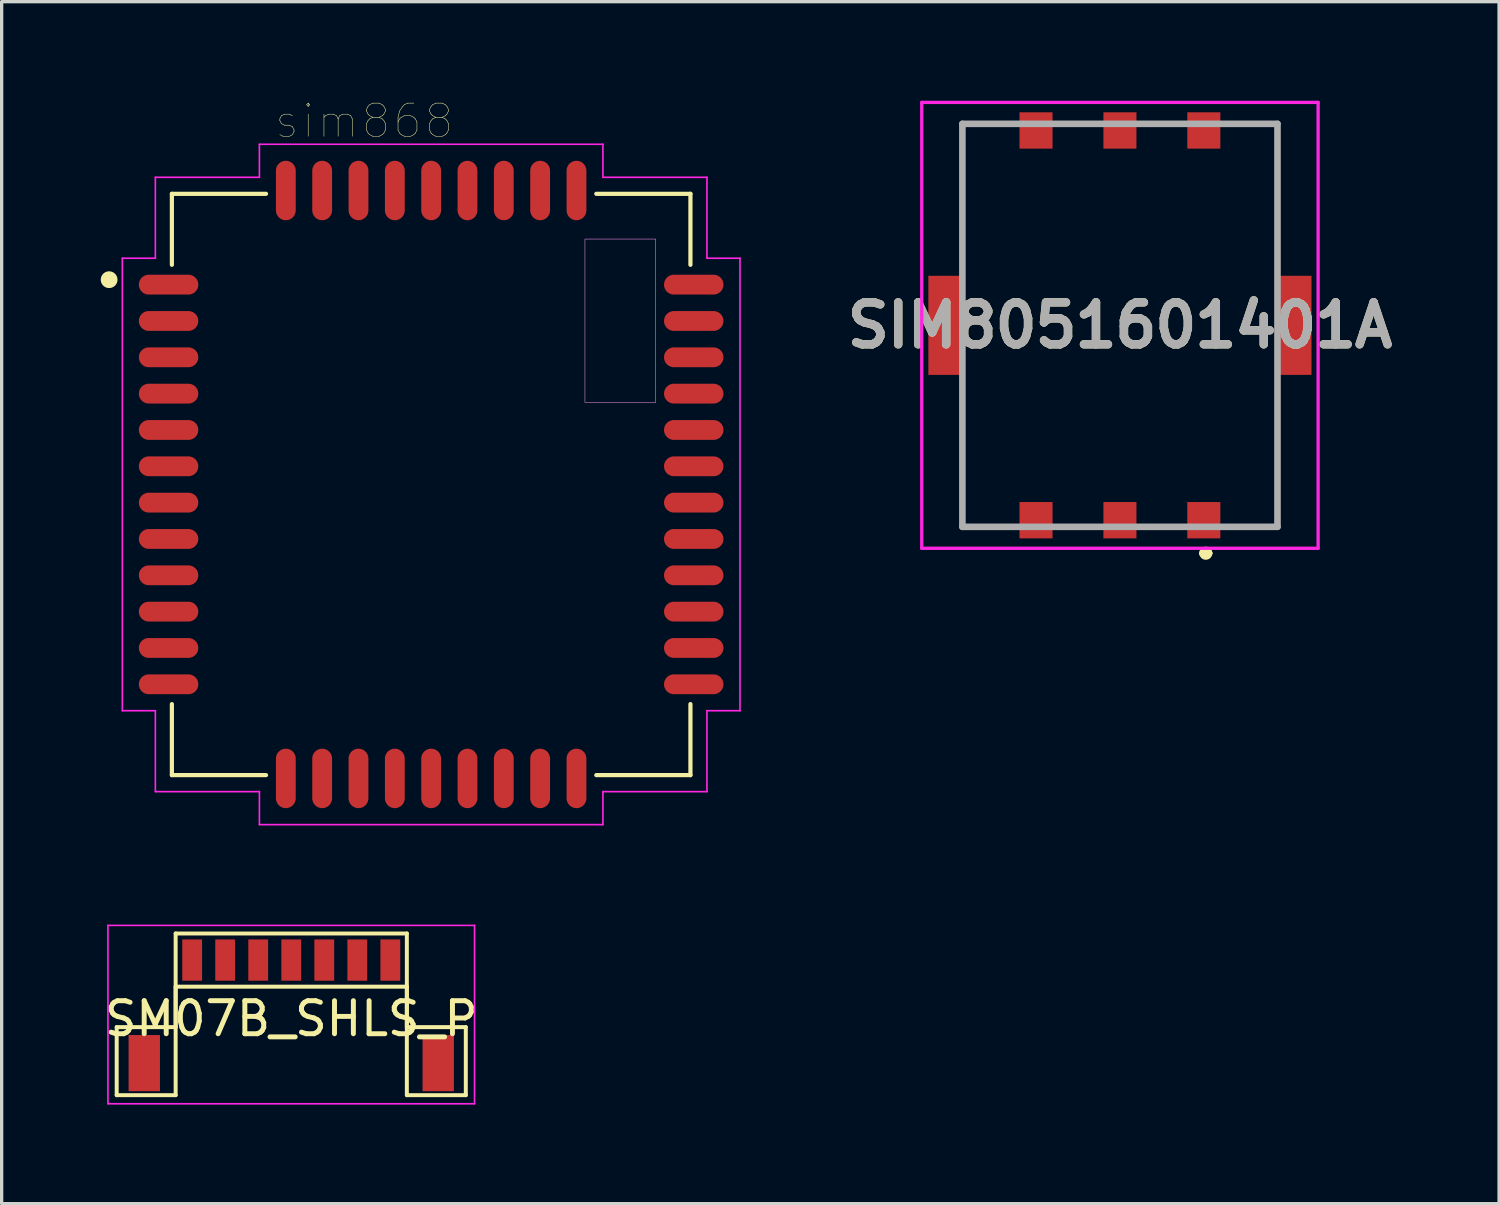
<source format=kicad_pcb>
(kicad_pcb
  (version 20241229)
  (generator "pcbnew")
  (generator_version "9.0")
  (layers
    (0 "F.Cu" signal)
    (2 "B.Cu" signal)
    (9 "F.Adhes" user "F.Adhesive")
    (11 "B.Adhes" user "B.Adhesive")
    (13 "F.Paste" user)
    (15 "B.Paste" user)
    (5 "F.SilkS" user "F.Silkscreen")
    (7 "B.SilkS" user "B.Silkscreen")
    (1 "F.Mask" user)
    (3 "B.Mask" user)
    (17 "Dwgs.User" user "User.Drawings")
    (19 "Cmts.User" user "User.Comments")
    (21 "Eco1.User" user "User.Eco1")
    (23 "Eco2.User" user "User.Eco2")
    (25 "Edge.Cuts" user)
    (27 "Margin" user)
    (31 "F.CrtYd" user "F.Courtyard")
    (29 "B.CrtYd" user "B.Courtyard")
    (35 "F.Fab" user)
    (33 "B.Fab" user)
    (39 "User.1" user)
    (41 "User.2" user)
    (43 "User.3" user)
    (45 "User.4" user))
  (footprint "SIM8051601401A"
    (layer "F.Cu")
    (at 30.858 6.8)
    (property "Reference" "SIM8051601401A" (at 0 0 0) (layer "F.SilkS") (effects (font (size 1.27 1.27) (thickness 0.254))))
    (attr through_hole)
    (fp_line (start -4.77 -6.1) (end -3.5 -6.1) (stroke (width 0.1) (type solid)) (layer "F.SilkS"))
    (fp_line (start -4.77 -2) (end -4.77 -6.1) (stroke (width 0.1) (type solid)) (layer "F.SilkS"))
    (fp_line (start -4.77 6.1) (end -4.77 5.5) (stroke (width 0.1) (type solid)) (layer "F.SilkS"))
    (fp_line (start -3.5 6.1) (end -4.77 6.1) (stroke (width 0.1) (type solid)) (layer "F.SilkS"))
    (fp_line (start 2.5 6.9) (end 2.5 6.9) (stroke (width 0.2) (type solid)) (layer "F.SilkS"))
    (fp_line (start 2.7 6.9) (end 2.7 6.9) (stroke (width 0.2) (type solid)) (layer "F.SilkS"))
    (fp_line (start 4.77 -6.1) (end 3.5 -6.1) (stroke (width 0.1) (type solid)) (layer "F.SilkS"))
    (fp_line (start 4.77 -5.5) (end 4.77 -6.1) (stroke (width 0.1) (type solid)) (layer "F.SilkS"))
    (fp_line (start 4.77 2) (end 4.77 6.1) (stroke (width 0.1) (type solid)) (layer "F.SilkS"))
    (fp_line (start 4.77 6.1) (end 3.5 6.1) (stroke (width 0.1) (type solid)) (layer "F.SilkS"))
    (fp_arc (start 2.5 6.9) (mid 2.6 6.8) (end 2.7 6.9) (stroke (width 0.2) (type solid)) (layer "F.SilkS"))
    (fp_arc (start 2.7 6.9) (mid 2.6 7) (end 2.5 6.9) (stroke (width 0.2) (type solid)) (layer "F.SilkS"))
    (fp_line (start -6 -6.75) (end 6 -6.75) (stroke (width 0.1) (type solid)) (layer "F.CrtYd"))
    (fp_line (start -6 6.75) (end -6 -6.75) (stroke (width 0.1) (type solid)) (layer "F.CrtYd"))
    (fp_line (start 6 -6.75) (end 6 6.75) (stroke (width 0.1) (type solid)) (layer "F.CrtYd"))
    (fp_line (start 6 6.75) (end -6 6.75) (stroke (width 0.1) (type solid)) (layer "F.CrtYd"))
    (fp_line (start -4.77 -6.1) (end 4.77 -6.1) (stroke (width 0.2) (type solid)) (layer "F.Fab"))
    (fp_line (start -4.77 6.1) (end -4.77 -6.1) (stroke (width 0.2) (type solid)) (layer "F.Fab"))
    (fp_line (start 4.77 -6.1) (end 4.77 6.1) (stroke (width 0.2) (type solid)) (layer "F.Fab"))
    (fp_line (start 4.77 6.1) (end -4.77 6.1) (stroke (width 0.2) (type solid)) (layer "F.Fab"))
    (fp_text user "${REFERENCE}" (at 0 0 0) (layer "F.Fab") (effects (font (size 1.27 1.27) (thickness 0.254))))
    (pad "1" smd rect (at 2.54 5.9) (size 1 1.1) (layers "F.Cu" "F.Mask" "F.Paste"))
    (pad "2" smd rect (at 0 5.9) (size 1 1.1) (layers "F.Cu" "F.Mask" "F.Paste"))
    (pad "3" smd rect (at -2.54 5.9) (size 1 1.1) (layers "F.Cu" "F.Mask" "F.Paste"))
    (pad "5" smd rect (at 2.54 -5.9) (size 1 1.1) (layers "F.Cu" "F.Mask" "F.Paste"))
    (pad "6" smd rect (at 0 -5.9) (size 1 1.1) (layers "F.Cu" "F.Mask" "F.Paste"))
    (pad "7" smd rect (at -2.54 -5.9) (size 1 1.1) (layers "F.Cu" "F.Mask" "F.Paste"))
    (pad "8" smd rect (at -5.3 0) (size 1 3) (layers "F.Cu" "F.Mask" "F.Paste"))
    (pad "8" smd rect (at 5.3 0) (size 1 3) (layers "F.Cu" "F.Mask" "F.Paste")))
  (footprint "SM07B_SHLS_P"
    (layer "F.Cu")
    (at 5.768 26.018)
    (property "Reference" "SM07B_SHLS_P" (at 0 1.775 0) (layer "F.SilkS") (effects (font (size 1 1) (thickness 0.15))))
    (attr smd)
    (fp_line (start -5.285 2.03) (end -3.5 2.03) (stroke (width 0.12) (type solid)) (layer "F.SilkS"))
    (fp_line (start -5.285 4.09) (end -5.285 2.03) (stroke (width 0.12) (type solid)) (layer "F.SilkS"))
    (fp_line (start -3.5 -0.805) (end 3.5 -0.805) (stroke (width 0.12) (type solid)) (layer "F.SilkS"))
    (fp_line (start -3.5 0.805) (end -3.5 4.09) (stroke (width 0.12) (type solid)) (layer "F.SilkS"))
    (fp_line (start -3.5 0.805) (end 3.5 0.805) (stroke (width 0.12) (type solid)) (layer "F.SilkS"))
    (fp_line (start -3.5 2.03) (end -3.5 -0.805) (stroke (width 0.12) (type solid)) (layer "F.SilkS"))
    (fp_line (start -3.5 4.09) (end -5.285 4.09) (stroke (width 0.12) (type solid)) (layer "F.SilkS"))
    (fp_line (start 3.5 0.805) (end 3.5 4.09) (stroke (width 0.12) (type solid)) (layer "F.SilkS"))
    (fp_line (start 3.5 2.03) (end 3.5 -0.805) (stroke (width 0.12) (type solid)) (layer "F.SilkS"))
    (fp_line (start 3.5 4.09) (end 5.285 4.09) (stroke (width 0.12) (type solid)) (layer "F.SilkS"))
    (fp_line (start 5.285 2.03) (end 3.5 2.03) (stroke (width 0.12) (type solid)) (layer "F.SilkS"))
    (fp_line (start 5.285 4.09) (end 5.285 2.03) (stroke (width 0.12) (type solid)) (layer "F.SilkS"))
    (fp_line (start -5.55 -1.05) (end -5.55 4.35) (stroke (width 0.05) (type solid)) (layer "F.CrtYd"))
    (fp_line (start -5.55 -1.05) (end 5.55 -1.05) (stroke (width 0.05) (type solid)) (layer "F.CrtYd"))
    (fp_line (start -5.55 4.35) (end 5.55 4.35) (stroke (width 0.05) (type solid)) (layer "F.CrtYd"))
    (fp_line (start 5.55 -1.05) (end 5.55 4.35) (stroke (width 0.05) (type solid)) (layer "F.CrtYd"))
    (pad "1" smd rect (at -3 0) (size 0.6 1.25) (layers "F.Cu" "F.Mask" "F.Paste"))
    (pad "2" smd rect (at -2 0) (size 0.6 1.25) (layers "F.Cu" "F.Mask" "F.Paste"))
    (pad "3" smd rect (at -1 0) (size 0.6 1.25) (layers "F.Cu" "F.Mask" "F.Paste"))
    (pad "4" smd rect (at 0 0) (size 0.6 1.25) (layers "F.Cu" "F.Mask" "F.Paste"))
    (pad "5" smd rect (at 1 0) (size 0.6 1.25) (layers "F.Cu" "F.Mask" "F.Paste"))
    (pad "6" smd rect (at 2 0) (size 0.6 1.25) (layers "F.Cu" "F.Mask" "F.Paste"))
    (pad "7" smd rect (at 3 0) (size 0.6 1.25) (layers "F.Cu" "F.Mask" "F.Paste"))
    (pad "8" smd rect (at -4.45 3.12) (size 0.95 1.7) (layers "F.Cu" "F.Mask" "F.Paste"))
    (pad "8" smd rect (at 4.45 3.12) (size 0.95 1.7) (layers "F.Cu" "F.Mask" "F.Paste")))
  (footprint "sim868"
    (layer "F.Cu")
    (at 10.004 11.618)
    (property "Reference" "sim868" (at -2.029 -11.006 0) (layer "F.SilkS") (effects (font (size 1.002 1.002) (thickness 0.015))))
    (attr through_hole)
    (fp_line (start -7.85 -8.8) (end -7.85 -6.65) (stroke (width 0.127) (type solid)) (layer "F.SilkS"))
    (fp_line (start -7.85 6.65) (end -7.85 8.8) (stroke (width 0.127) (type solid)) (layer "F.SilkS"))
    (fp_line (start -7.85 8.8) (end -5 8.8) (stroke (width 0.127) (type solid)) (layer "F.SilkS"))
    (fp_line (start -5 -8.8) (end -7.85 -8.8) (stroke (width 0.127) (type solid)) (layer "F.SilkS"))
    (fp_line (start 5 8.8) (end 7.85 8.8) (stroke (width 0.127) (type solid)) (layer "F.SilkS"))
    (fp_line (start 7.85 -8.8) (end 5 -8.8) (stroke (width 0.127) (type solid)) (layer "F.SilkS"))
    (fp_line (start 7.85 -6.65) (end 7.85 -8.8) (stroke (width 0.127) (type solid)) (layer "F.SilkS"))
    (fp_line (start 7.85 8.8) (end 7.85 6.65) (stroke (width 0.127) (type solid)) (layer "F.SilkS"))
    (fp_circle (center -9.75 -6.2) (end -9.496 -6.2) (stroke (width 0) (type solid)) (fill yes) (layer "F.SilkS"))
    (fp_poly (pts (xy 4.656 -7.43) (xy 6.8 -7.43) (xy 6.8 -2.483) (xy 4.656 -2.483)) (stroke (width 0.01) (type solid)) (fill no) (layer "Dwgs.User"))
    (fp_line (start -9.35 -6.85) (end -8.35 -6.85) (stroke (width 0.05) (type solid)) (layer "F.CrtYd"))
    (fp_line (start -9.35 6.85) (end -9.35 -6.85) (stroke (width 0.05) (type solid)) (layer "F.CrtYd"))
    (fp_line (start -8.35 -9.3) (end -5.2 -9.3) (stroke (width 0.05) (type solid)) (layer "F.CrtYd"))
    (fp_line (start -8.35 -6.85) (end -8.35 -9.3) (stroke (width 0.05) (type solid)) (layer "F.CrtYd"))
    (fp_line (start -8.35 6.85) (end -9.35 6.85) (stroke (width 0.05) (type solid)) (layer "F.CrtYd"))
    (fp_line (start -8.35 9.3) (end -8.35 6.85) (stroke (width 0.05) (type solid)) (layer "F.CrtYd"))
    (fp_line (start -5.2 -10.3) (end 5.2 -10.3) (stroke (width 0.05) (type solid)) (layer "F.CrtYd"))
    (fp_line (start -5.2 -9.3) (end -5.2 -10.3) (stroke (width 0.05) (type solid)) (layer "F.CrtYd"))
    (fp_line (start -5.2 9.3) (end -8.35 9.3) (stroke (width 0.05) (type solid)) (layer "F.CrtYd"))
    (fp_line (start -5.2 10.3) (end -5.2 9.3) (stroke (width 0.05) (type solid)) (layer "F.CrtYd"))
    (fp_line (start 5.2 -10.3) (end 5.2 -9.3) (stroke (width 0.05) (type solid)) (layer "F.CrtYd"))
    (fp_line (start 5.2 -9.3) (end 8.35 -9.3) (stroke (width 0.05) (type solid)) (layer "F.CrtYd"))
    (fp_line (start 5.2 9.3) (end 5.2 10.3) (stroke (width 0.05) (type solid)) (layer "F.CrtYd"))
    (fp_line (start 5.2 10.3) (end -5.2 10.3) (stroke (width 0.05) (type solid)) (layer "F.CrtYd"))
    (fp_line (start 8.35 -9.3) (end 8.35 -6.85) (stroke (width 0.05) (type solid)) (layer "F.CrtYd"))
    (fp_line (start 8.35 -6.85) (end 9.35 -6.85) (stroke (width 0.05) (type solid)) (layer "F.CrtYd"))
    (fp_line (start 8.35 6.85) (end 8.35 9.3) (stroke (width 0.05) (type solid)) (layer "F.CrtYd"))
    (fp_line (start 8.35 9.3) (end 5.2 9.3) (stroke (width 0.05) (type solid)) (layer "F.CrtYd"))
    (fp_line (start 9.35 -6.85) (end 9.35 6.85) (stroke (width 0.05) (type solid)) (layer "F.CrtYd"))
    (fp_line (start 9.35 6.85) (end 8.35 6.85) (stroke (width 0.05) (type solid)) (layer "F.CrtYd"))
    (fp_poly (pts (xy 4.658 -7.43) (xy 6.8 -7.43) (xy 6.8 -2.484) (xy 4.658 -2.484)) (stroke (width 0.01) (type solid)) (fill no) (layer "F.CrtYd"))
    (pad "1" smd oval (at -7.95 -6.05) (size 1.8 0.6) (layers "F.Cu" "F.Mask" "F.Paste"))
    (pad "2" smd oval (at -7.95 -4.95) (size 1.8 0.6) (layers "F.Cu" "F.Mask" "F.Paste"))
    (pad "3" smd oval (at -7.95 -3.85) (size 1.8 0.6) (layers "F.Cu" "F.Mask" "F.Paste"))
    (pad "4" smd oval (at -7.95 -2.75) (size 1.8 0.6) (layers "F.Cu" "F.Mask" "F.Paste"))
    (pad "5" smd oval (at -7.95 -1.65) (size 1.8 0.6) (layers "F.Cu" "F.Mask" "F.Paste"))
    (pad "6" smd oval (at -7.95 -0.55) (size 1.8 0.6) (layers "F.Cu" "F.Mask" "F.Paste"))
    (pad "7" smd oval (at -7.95 0.55) (size 1.8 0.6) (layers "F.Cu" "F.Mask" "F.Paste"))
    (pad "8" smd oval (at -7.95 1.65) (size 1.8 0.6) (layers "F.Cu" "F.Mask" "F.Paste"))
    (pad "9" smd oval (at -7.95 2.75) (size 1.8 0.6) (layers "F.Cu" "F.Mask" "F.Paste"))
    (pad "10" smd oval (at -7.95 3.85) (size 1.8 0.6) (layers "F.Cu" "F.Mask" "F.Paste"))
    (pad "11" smd oval (at -7.95 4.95) (size 1.8 0.6) (layers "F.Cu" "F.Mask" "F.Paste"))
    (pad "12" smd oval (at -7.95 6.05) (size 1.8 0.6) (layers "F.Cu" "F.Mask" "F.Paste"))
    (pad "13" smd oval (at -4.4 8.9) (size 0.6 1.8) (layers "F.Cu" "F.Mask" "F.Paste"))
    (pad "14" smd oval (at -3.3 8.9) (size 0.6 1.8) (layers "F.Cu" "F.Mask" "F.Paste"))
    (pad "15" smd oval (at -2.2 8.9) (size 0.6 1.8) (layers "F.Cu" "F.Mask" "F.Paste"))
    (pad "16" smd oval (at -1.1 8.9) (size 0.6 1.8) (layers "F.Cu" "F.Mask" "F.Paste"))
    (pad "17" smd oval (at 0 8.9) (size 0.6 1.8) (layers "F.Cu" "F.Mask" "F.Paste"))
    (pad "18" smd oval (at 1.1 8.9) (size 0.6 1.8) (layers "F.Cu" "F.Mask" "F.Paste"))
    (pad "19" smd oval (at 2.2 8.9) (size 0.6 1.8) (layers "F.Cu" "F.Mask" "F.Paste"))
    (pad "20" smd oval (at 3.3 8.9) (size 0.6 1.8) (layers "F.Cu" "F.Mask" "F.Paste"))
    (pad "21" smd oval (at 4.4 8.9) (size 0.6 1.8) (layers "F.Cu" "F.Mask" "F.Paste"))
    (pad "22" smd oval (at 7.95 6.05) (size 1.8 0.6) (layers "F.Cu" "F.Mask" "F.Paste"))
    (pad "23" smd oval (at 7.95 4.95) (size 1.8 0.6) (layers "F.Cu" "F.Mask" "F.Paste"))
    (pad "24" smd oval (at 7.95 3.85) (size 1.8 0.6) (layers "F.Cu" "F.Mask" "F.Paste"))
    (pad "25" smd oval (at 7.95 2.75) (size 1.8 0.6) (layers "F.Cu" "F.Mask" "F.Paste"))
    (pad "26" smd oval (at 7.95 1.65) (size 1.8 0.6) (layers "F.Cu" "F.Mask" "F.Paste"))
    (pad "27" smd oval (at 7.95 0.55) (size 1.8 0.6) (layers "F.Cu" "F.Mask" "F.Paste"))
    (pad "28" smd oval (at 7.95 -0.55) (size 1.8 0.6) (layers "F.Cu" "F.Mask" "F.Paste"))
    (pad "29" smd oval (at 7.95 -1.65) (size 1.8 0.6) (layers "F.Cu" "F.Mask" "F.Paste"))
    (pad "30" smd oval (at 7.95 -2.75) (size 1.8 0.6) (layers "F.Cu" "F.Mask" "F.Paste"))
    (pad "31" smd oval (at 7.95 -3.85) (size 1.8 0.6) (layers "F.Cu" "F.Mask" "F.Paste"))
    (pad "32" smd oval (at 7.95 -4.95) (size 1.8 0.6) (layers "F.Cu" "F.Mask" "F.Paste"))
    (pad "33" smd oval (at 7.95 -6.05) (size 1.8 0.6) (layers "F.Cu" "F.Mask" "F.Paste"))
    (pad "34" smd oval (at 4.4 -8.9) (size 0.6 1.8) (layers "F.Cu" "F.Mask" "F.Paste"))
    (pad "35" smd oval (at 3.3 -8.9) (size 0.6 1.8) (layers "F.Cu" "F.Mask" "F.Paste"))
    (pad "36" smd oval (at 2.2 -8.9) (size 0.6 1.8) (layers "F.Cu" "F.Mask" "F.Paste"))
    (pad "37" smd oval (at 1.1 -8.9) (size 0.6 1.8) (layers "F.Cu" "F.Mask" "F.Paste"))
    (pad "38" smd oval (at 0 -8.9) (size 0.6 1.8) (layers "F.Cu" "F.Mask" "F.Paste"))
    (pad "39" smd oval (at -1.1 -8.9) (size 0.6 1.8) (layers "F.Cu" "F.Mask" "F.Paste"))
    (pad "40" smd oval (at -2.2 -8.9) (size 0.6 1.8) (layers "F.Cu" "F.Mask" "F.Paste"))
    (pad "41" smd oval (at -3.3 -8.9) (size 0.6 1.8) (layers "F.Cu" "F.Mask" "F.Paste"))
    (pad "42" smd oval (at -4.4 -8.9) (size 0.6 1.8) (layers "F.Cu" "F.Mask" "F.Paste")))
  (gr_rect
    (start -3 -3)
    (end 42.337 33.393)
    (stroke (width 0.1) (type default))
    (fill no)
    (layer "Edge.Cuts")))
</source>
